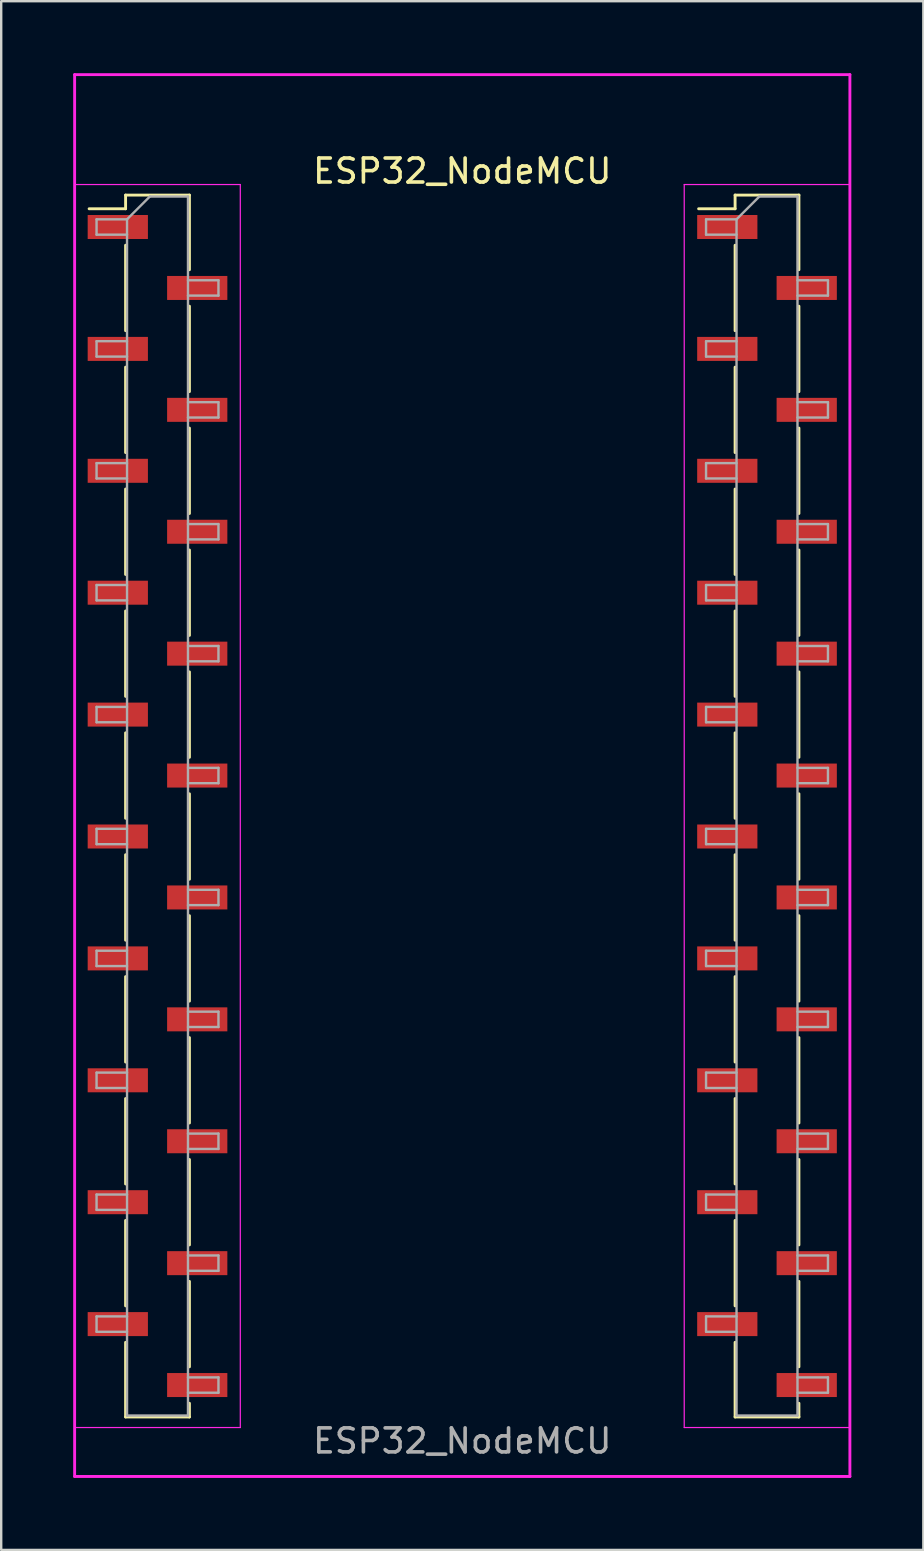
<source format=kicad_pcb>
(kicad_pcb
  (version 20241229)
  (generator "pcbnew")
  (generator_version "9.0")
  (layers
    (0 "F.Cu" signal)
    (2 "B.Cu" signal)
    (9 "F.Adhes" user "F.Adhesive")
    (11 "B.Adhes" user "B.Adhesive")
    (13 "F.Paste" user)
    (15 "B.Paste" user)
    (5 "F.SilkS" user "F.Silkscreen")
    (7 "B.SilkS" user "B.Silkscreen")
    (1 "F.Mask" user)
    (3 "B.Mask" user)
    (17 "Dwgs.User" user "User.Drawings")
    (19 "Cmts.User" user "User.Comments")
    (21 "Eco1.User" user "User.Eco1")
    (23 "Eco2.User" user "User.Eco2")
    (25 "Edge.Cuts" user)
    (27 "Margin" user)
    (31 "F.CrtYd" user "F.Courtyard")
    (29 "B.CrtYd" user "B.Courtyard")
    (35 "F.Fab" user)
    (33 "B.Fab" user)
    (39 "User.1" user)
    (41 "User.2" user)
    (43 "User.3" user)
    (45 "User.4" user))
  (footprint "ESP32_NodeMCU"
    (layer "F.Cu")
    (at 16.214 30.54)
    (property "Reference" "ESP32_NodeMCU" (at 0 -26.46 0) (layer "F.SilkS") (effects (font (size 1 1) (thickness 0.15))))
    (attr smd)
    (fp_line (start -14.03 -25.46) (end -14.03 -24.89) (stroke (width 0.12) (type solid)) (layer "F.SilkS"))
    (fp_line (start -14.03 -25.46) (end -11.37 -25.46) (stroke (width 0.12) (type solid)) (layer "F.SilkS"))
    (fp_line (start -14.03 -24.89) (end -15.55 -24.89) (stroke (width 0.12) (type solid)) (layer "F.SilkS"))
    (fp_line (start -14.03 -23.37) (end -14.03 -19.81) (stroke (width 0.12) (type solid)) (layer "F.SilkS"))
    (fp_line (start -14.03 -18.29) (end -14.03 -14.73) (stroke (width 0.12) (type solid)) (layer "F.SilkS"))
    (fp_line (start -14.03 -13.21) (end -14.03 -9.65) (stroke (width 0.12) (type solid)) (layer "F.SilkS"))
    (fp_line (start -14.03 -8.13) (end -14.03 -4.57) (stroke (width 0.12) (type solid)) (layer "F.SilkS"))
    (fp_line (start -14.03 -3.05) (end -14.03 0.51) (stroke (width 0.12) (type solid)) (layer "F.SilkS"))
    (fp_line (start -14.03 2.03) (end -14.03 5.59) (stroke (width 0.12) (type solid)) (layer "F.SilkS"))
    (fp_line (start -14.03 7.11) (end -14.03 10.67) (stroke (width 0.12) (type solid)) (layer "F.SilkS"))
    (fp_line (start -14.03 12.19) (end -14.03 15.75) (stroke (width 0.12) (type solid)) (layer "F.SilkS"))
    (fp_line (start -14.03 17.27) (end -14.03 20.83) (stroke (width 0.12) (type solid)) (layer "F.SilkS"))
    (fp_line (start -14.03 22.35) (end -14.03 25.46) (stroke (width 0.12) (type solid)) (layer "F.SilkS"))
    (fp_line (start -14.03 25.46) (end -11.37 25.46) (stroke (width 0.12) (type solid)) (layer "F.SilkS"))
    (fp_line (start -11.37 -25.46) (end -11.37 -22.35) (stroke (width 0.12) (type solid)) (layer "F.SilkS"))
    (fp_line (start -11.37 -20.83) (end -11.37 -17.27) (stroke (width 0.12) (type solid)) (layer "F.SilkS"))
    (fp_line (start -11.37 -15.75) (end -11.37 -12.19) (stroke (width 0.12) (type solid)) (layer "F.SilkS"))
    (fp_line (start -11.37 -10.67) (end -11.37 -7.11) (stroke (width 0.12) (type solid)) (layer "F.SilkS"))
    (fp_line (start -11.37 -5.59) (end -11.37 -2.03) (stroke (width 0.12) (type solid)) (layer "F.SilkS"))
    (fp_line (start -11.37 -0.51) (end -11.37 3.05) (stroke (width 0.12) (type solid)) (layer "F.SilkS"))
    (fp_line (start -11.37 4.57) (end -11.37 8.13) (stroke (width 0.12) (type solid)) (layer "F.SilkS"))
    (fp_line (start -11.37 9.65) (end -11.37 13.21) (stroke (width 0.12) (type solid)) (layer "F.SilkS"))
    (fp_line (start -11.37 14.73) (end -11.37 18.29) (stroke (width 0.12) (type solid)) (layer "F.SilkS"))
    (fp_line (start -11.37 19.81) (end -11.37 23.37) (stroke (width 0.12) (type solid)) (layer "F.SilkS"))
    (fp_line (start -11.37 24.89) (end -11.37 25.46) (stroke (width 0.12) (type solid)) (layer "F.SilkS"))
    (fp_line (start 11.37 -25.46) (end 11.37 -24.89) (stroke (width 0.12) (type solid)) (layer "F.SilkS"))
    (fp_line (start 11.37 -25.46) (end 14.03 -25.46) (stroke (width 0.12) (type solid)) (layer "F.SilkS"))
    (fp_line (start 11.37 -24.89) (end 9.85 -24.89) (stroke (width 0.12) (type solid)) (layer "F.SilkS"))
    (fp_line (start 11.37 -23.37) (end 11.37 -19.81) (stroke (width 0.12) (type solid)) (layer "F.SilkS"))
    (fp_line (start 11.37 -18.29) (end 11.37 -14.73) (stroke (width 0.12) (type solid)) (layer "F.SilkS"))
    (fp_line (start 11.37 -13.21) (end 11.37 -9.65) (stroke (width 0.12) (type solid)) (layer "F.SilkS"))
    (fp_line (start 11.37 -8.13) (end 11.37 -4.57) (stroke (width 0.12) (type solid)) (layer "F.SilkS"))
    (fp_line (start 11.37 -3.05) (end 11.37 0.51) (stroke (width 0.12) (type solid)) (layer "F.SilkS"))
    (fp_line (start 11.37 2.03) (end 11.37 5.59) (stroke (width 0.12) (type solid)) (layer "F.SilkS"))
    (fp_line (start 11.37 7.11) (end 11.37 10.67) (stroke (width 0.12) (type solid)) (layer "F.SilkS"))
    (fp_line (start 11.37 12.19) (end 11.37 15.75) (stroke (width 0.12) (type solid)) (layer "F.SilkS"))
    (fp_line (start 11.37 17.27) (end 11.37 20.83) (stroke (width 0.12) (type solid)) (layer "F.SilkS"))
    (fp_line (start 11.37 22.35) (end 11.37 25.46) (stroke (width 0.12) (type solid)) (layer "F.SilkS"))
    (fp_line (start 11.37 25.46) (end 14.03 25.46) (stroke (width 0.12) (type solid)) (layer "F.SilkS"))
    (fp_line (start 14.03 -25.46) (end 14.03 -22.35) (stroke (width 0.12) (type solid)) (layer "F.SilkS"))
    (fp_line (start 14.03 -20.83) (end 14.03 -17.27) (stroke (width 0.12) (type solid)) (layer "F.SilkS"))
    (fp_line (start 14.03 -15.75) (end 14.03 -12.19) (stroke (width 0.12) (type solid)) (layer "F.SilkS"))
    (fp_line (start 14.03 -10.67) (end 14.03 -7.11) (stroke (width 0.12) (type solid)) (layer "F.SilkS"))
    (fp_line (start 14.03 -5.59) (end 14.03 -2.03) (stroke (width 0.12) (type solid)) (layer "F.SilkS"))
    (fp_line (start 14.03 -0.51) (end 14.03 3.05) (stroke (width 0.12) (type solid)) (layer "F.SilkS"))
    (fp_line (start 14.03 4.57) (end 14.03 8.13) (stroke (width 0.12) (type solid)) (layer "F.SilkS"))
    (fp_line (start 14.03 9.65) (end 14.03 13.21) (stroke (width 0.12) (type solid)) (layer "F.SilkS"))
    (fp_line (start 14.03 14.73) (end 14.03 18.29) (stroke (width 0.12) (type solid)) (layer "F.SilkS"))
    (fp_line (start 14.03 19.81) (end 14.03 23.37) (stroke (width 0.12) (type solid)) (layer "F.SilkS"))
    (fp_line (start 14.03 24.89) (end 14.03 25.46) (stroke (width 0.12) (type solid)) (layer "F.SilkS"))
    (fp_line (start -16.154 -30.48) (end 16.154 -30.48) (stroke (width 0.12) (type solid)) (layer "F.CrtYd"))
    (fp_line (start -16.154 27.94) (end -16.154 -30.48) (stroke (width 0.12) (type solid)) (layer "F.CrtYd"))
    (fp_line (start -16.15 -25.9) (end -16.15 25.9) (stroke (width 0.05) (type solid)) (layer "F.CrtYd"))
    (fp_line (start -16.15 25.9) (end -9.25 25.9) (stroke (width 0.05) (type solid)) (layer "F.CrtYd"))
    (fp_line (start -9.25 -25.9) (end -16.15 -25.9) (stroke (width 0.05) (type solid)) (layer "F.CrtYd"))
    (fp_line (start -9.25 25.9) (end -9.25 -25.9) (stroke (width 0.05) (type solid)) (layer "F.CrtYd"))
    (fp_line (start 9.25 -25.9) (end 9.25 25.9) (stroke (width 0.05) (type solid)) (layer "F.CrtYd"))
    (fp_line (start 9.25 25.9) (end 16.15 25.9) (stroke (width 0.05) (type solid)) (layer "F.CrtYd"))
    (fp_line (start 16.15 -25.9) (end 9.25 -25.9) (stroke (width 0.05) (type solid)) (layer "F.CrtYd"))
    (fp_line (start 16.15 25.9) (end 16.15 -25.9) (stroke (width 0.05) (type solid)) (layer "F.CrtYd"))
    (fp_line (start 16.154 -30.48) (end 16.154 27.94) (stroke (width 0.12) (type solid)) (layer "F.CrtYd"))
    (fp_line (start 16.154 27.94) (end -16.154 27.94) (stroke (width 0.12) (type solid)) (layer "F.CrtYd"))
    (fp_line (start -15.24 -24.45) (end -15.24 -23.81) (stroke (width 0.1) (type solid)) (layer "F.Fab"))
    (fp_line (start -15.24 -23.81) (end -13.97 -23.81) (stroke (width 0.1) (type solid)) (layer "F.Fab"))
    (fp_line (start -15.24 -19.37) (end -15.24 -18.73) (stroke (width 0.1) (type solid)) (layer "F.Fab"))
    (fp_line (start -15.24 -18.73) (end -13.97 -18.73) (stroke (width 0.1) (type solid)) (layer "F.Fab"))
    (fp_line (start -15.24 -14.29) (end -15.24 -13.65) (stroke (width 0.1) (type solid)) (layer "F.Fab"))
    (fp_line (start -15.24 -13.65) (end -13.97 -13.65) (stroke (width 0.1) (type solid)) (layer "F.Fab"))
    (fp_line (start -15.24 -9.21) (end -15.24 -8.57) (stroke (width 0.1) (type solid)) (layer "F.Fab"))
    (fp_line (start -15.24 -8.57) (end -13.97 -8.57) (stroke (width 0.1) (type solid)) (layer "F.Fab"))
    (fp_line (start -15.24 -4.13) (end -15.24 -3.49) (stroke (width 0.1) (type solid)) (layer "F.Fab"))
    (fp_line (start -15.24 -3.49) (end -13.97 -3.49) (stroke (width 0.1) (type solid)) (layer "F.Fab"))
    (fp_line (start -15.24 0.95) (end -15.24 1.59) (stroke (width 0.1) (type solid)) (layer "F.Fab"))
    (fp_line (start -15.24 1.59) (end -13.97 1.59) (stroke (width 0.1) (type solid)) (layer "F.Fab"))
    (fp_line (start -15.24 6.03) (end -15.24 6.67) (stroke (width 0.1) (type solid)) (layer "F.Fab"))
    (fp_line (start -15.24 6.67) (end -13.97 6.67) (stroke (width 0.1) (type solid)) (layer "F.Fab"))
    (fp_line (start -15.24 11.11) (end -15.24 11.75) (stroke (width 0.1) (type solid)) (layer "F.Fab"))
    (fp_line (start -15.24 11.75) (end -13.97 11.75) (stroke (width 0.1) (type solid)) (layer "F.Fab"))
    (fp_line (start -15.24 16.19) (end -15.24 16.83) (stroke (width 0.1) (type solid)) (layer "F.Fab"))
    (fp_line (start -15.24 16.83) (end -13.97 16.83) (stroke (width 0.1) (type solid)) (layer "F.Fab"))
    (fp_line (start -15.24 21.27) (end -15.24 21.91) (stroke (width 0.1) (type solid)) (layer "F.Fab"))
    (fp_line (start -15.24 21.91) (end -13.97 21.91) (stroke (width 0.1) (type solid)) (layer "F.Fab"))
    (fp_line (start -13.97 -24.45) (end -15.24 -24.45) (stroke (width 0.1) (type solid)) (layer "F.Fab"))
    (fp_line (start -13.97 -24.45) (end -13.02 -25.4) (stroke (width 0.1) (type solid)) (layer "F.Fab"))
    (fp_line (start -13.97 -19.37) (end -15.24 -19.37) (stroke (width 0.1) (type solid)) (layer "F.Fab"))
    (fp_line (start -13.97 -14.29) (end -15.24 -14.29) (stroke (width 0.1) (type solid)) (layer "F.Fab"))
    (fp_line (start -13.97 -9.21) (end -15.24 -9.21) (stroke (width 0.1) (type solid)) (layer "F.Fab"))
    (fp_line (start -13.97 -4.13) (end -15.24 -4.13) (stroke (width 0.1) (type solid)) (layer "F.Fab"))
    (fp_line (start -13.97 0.95) (end -15.24 0.95) (stroke (width 0.1) (type solid)) (layer "F.Fab"))
    (fp_line (start -13.97 6.03) (end -15.24 6.03) (stroke (width 0.1) (type solid)) (layer "F.Fab"))
    (fp_line (start -13.97 11.11) (end -15.24 11.11) (stroke (width 0.1) (type solid)) (layer "F.Fab"))
    (fp_line (start -13.97 16.19) (end -15.24 16.19) (stroke (width 0.1) (type solid)) (layer "F.Fab"))
    (fp_line (start -13.97 21.27) (end -15.24 21.27) (stroke (width 0.1) (type solid)) (layer "F.Fab"))
    (fp_line (start -13.97 25.4) (end -13.97 -24.45) (stroke (width 0.1) (type solid)) (layer "F.Fab"))
    (fp_line (start -13.02 -25.4) (end -11.43 -25.4) (stroke (width 0.1) (type solid)) (layer "F.Fab"))
    (fp_line (start -11.43 -25.4) (end -11.43 25.4) (stroke (width 0.1) (type solid)) (layer "F.Fab"))
    (fp_line (start -11.43 -21.91) (end -10.16 -21.91) (stroke (width 0.1) (type solid)) (layer "F.Fab"))
    (fp_line (start -11.43 -16.83) (end -10.16 -16.83) (stroke (width 0.1) (type solid)) (layer "F.Fab"))
    (fp_line (start -11.43 -11.75) (end -10.16 -11.75) (stroke (width 0.1) (type solid)) (layer "F.Fab"))
    (fp_line (start -11.43 -6.67) (end -10.16 -6.67) (stroke (width 0.1) (type solid)) (layer "F.Fab"))
    (fp_line (start -11.43 -1.59) (end -10.16 -1.59) (stroke (width 0.1) (type solid)) (layer "F.Fab"))
    (fp_line (start -11.43 3.49) (end -10.16 3.49) (stroke (width 0.1) (type solid)) (layer "F.Fab"))
    (fp_line (start -11.43 8.57) (end -10.16 8.57) (stroke (width 0.1) (type solid)) (layer "F.Fab"))
    (fp_line (start -11.43 13.65) (end -10.16 13.65) (stroke (width 0.1) (type solid)) (layer "F.Fab"))
    (fp_line (start -11.43 18.73) (end -10.16 18.73) (stroke (width 0.1) (type solid)) (layer "F.Fab"))
    (fp_line (start -11.43 23.81) (end -10.16 23.81) (stroke (width 0.1) (type solid)) (layer "F.Fab"))
    (fp_line (start -11.43 25.4) (end -13.97 25.4) (stroke (width 0.1) (type solid)) (layer "F.Fab"))
    (fp_line (start -10.16 -21.91) (end -10.16 -21.27) (stroke (width 0.1) (type solid)) (layer "F.Fab"))
    (fp_line (start -10.16 -21.27) (end -11.43 -21.27) (stroke (width 0.1) (type solid)) (layer "F.Fab"))
    (fp_line (start -10.16 -16.83) (end -10.16 -16.19) (stroke (width 0.1) (type solid)) (layer "F.Fab"))
    (fp_line (start -10.16 -16.19) (end -11.43 -16.19) (stroke (width 0.1) (type solid)) (layer "F.Fab"))
    (fp_line (start -10.16 -11.75) (end -10.16 -11.11) (stroke (width 0.1) (type solid)) (layer "F.Fab"))
    (fp_line (start -10.16 -11.11) (end -11.43 -11.11) (stroke (width 0.1) (type solid)) (layer "F.Fab"))
    (fp_line (start -10.16 -6.67) (end -10.16 -6.03) (stroke (width 0.1) (type solid)) (layer "F.Fab"))
    (fp_line (start -10.16 -6.03) (end -11.43 -6.03) (stroke (width 0.1) (type solid)) (layer "F.Fab"))
    (fp_line (start -10.16 -1.59) (end -10.16 -0.95) (stroke (width 0.1) (type solid)) (layer "F.Fab"))
    (fp_line (start -10.16 -0.95) (end -11.43 -0.95) (stroke (width 0.1) (type solid)) (layer "F.Fab"))
    (fp_line (start -10.16 3.49) (end -10.16 4.13) (stroke (width 0.1) (type solid)) (layer "F.Fab"))
    (fp_line (start -10.16 4.13) (end -11.43 4.13) (stroke (width 0.1) (type solid)) (layer "F.Fab"))
    (fp_line (start -10.16 8.57) (end -10.16 9.21) (stroke (width 0.1) (type solid)) (layer "F.Fab"))
    (fp_line (start -10.16 9.21) (end -11.43 9.21) (stroke (width 0.1) (type solid)) (layer "F.Fab"))
    (fp_line (start -10.16 13.65) (end -10.16 14.29) (stroke (width 0.1) (type solid)) (layer "F.Fab"))
    (fp_line (start -10.16 14.29) (end -11.43 14.29) (stroke (width 0.1) (type solid)) (layer "F.Fab"))
    (fp_line (start -10.16 18.73) (end -10.16 19.37) (stroke (width 0.1) (type solid)) (layer "F.Fab"))
    (fp_line (start -10.16 19.37) (end -11.43 19.37) (stroke (width 0.1) (type solid)) (layer "F.Fab"))
    (fp_line (start -10.16 23.81) (end -10.16 24.45) (stroke (width 0.1) (type solid)) (layer "F.Fab"))
    (fp_line (start -10.16 24.45) (end -11.43 24.45) (stroke (width 0.1) (type solid)) (layer "F.Fab"))
    (fp_line (start 10.16 -24.45) (end 10.16 -23.81) (stroke (width 0.1) (type solid)) (layer "F.Fab"))
    (fp_line (start 10.16 -23.81) (end 11.43 -23.81) (stroke (width 0.1) (type solid)) (layer "F.Fab"))
    (fp_line (start 10.16 -19.37) (end 10.16 -18.73) (stroke (width 0.1) (type solid)) (layer "F.Fab"))
    (fp_line (start 10.16 -18.73) (end 11.43 -18.73) (stroke (width 0.1) (type solid)) (layer "F.Fab"))
    (fp_line (start 10.16 -14.29) (end 10.16 -13.65) (stroke (width 0.1) (type solid)) (layer "F.Fab"))
    (fp_line (start 10.16 -13.65) (end 11.43 -13.65) (stroke (width 0.1) (type solid)) (layer "F.Fab"))
    (fp_line (start 10.16 -9.21) (end 10.16 -8.57) (stroke (width 0.1) (type solid)) (layer "F.Fab"))
    (fp_line (start 10.16 -8.57) (end 11.43 -8.57) (stroke (width 0.1) (type solid)) (layer "F.Fab"))
    (fp_line (start 10.16 -4.13) (end 10.16 -3.49) (stroke (width 0.1) (type solid)) (layer "F.Fab"))
    (fp_line (start 10.16 -3.49) (end 11.43 -3.49) (stroke (width 0.1) (type solid)) (layer "F.Fab"))
    (fp_line (start 10.16 0.95) (end 10.16 1.59) (stroke (width 0.1) (type solid)) (layer "F.Fab"))
    (fp_line (start 10.16 1.59) (end 11.43 1.59) (stroke (width 0.1) (type solid)) (layer "F.Fab"))
    (fp_line (start 10.16 6.03) (end 10.16 6.67) (stroke (width 0.1) (type solid)) (layer "F.Fab"))
    (fp_line (start 10.16 6.67) (end 11.43 6.67) (stroke (width 0.1) (type solid)) (layer "F.Fab"))
    (fp_line (start 10.16 11.11) (end 10.16 11.75) (stroke (width 0.1) (type solid)) (layer "F.Fab"))
    (fp_line (start 10.16 11.75) (end 11.43 11.75) (stroke (width 0.1) (type solid)) (layer "F.Fab"))
    (fp_line (start 10.16 16.19) (end 10.16 16.83) (stroke (width 0.1) (type solid)) (layer "F.Fab"))
    (fp_line (start 10.16 16.83) (end 11.43 16.83) (stroke (width 0.1) (type solid)) (layer "F.Fab"))
    (fp_line (start 10.16 21.27) (end 10.16 21.91) (stroke (width 0.1) (type solid)) (layer "F.Fab"))
    (fp_line (start 10.16 21.91) (end 11.43 21.91) (stroke (width 0.1) (type solid)) (layer "F.Fab"))
    (fp_line (start 11.43 -24.45) (end 10.16 -24.45) (stroke (width 0.1) (type solid)) (layer "F.Fab"))
    (fp_line (start 11.43 -24.45) (end 12.38 -25.4) (stroke (width 0.1) (type solid)) (layer "F.Fab"))
    (fp_line (start 11.43 -19.37) (end 10.16 -19.37) (stroke (width 0.1) (type solid)) (layer "F.Fab"))
    (fp_line (start 11.43 -14.29) (end 10.16 -14.29) (stroke (width 0.1) (type solid)) (layer "F.Fab"))
    (fp_line (start 11.43 -9.21) (end 10.16 -9.21) (stroke (width 0.1) (type solid)) (layer "F.Fab"))
    (fp_line (start 11.43 -4.13) (end 10.16 -4.13) (stroke (width 0.1) (type solid)) (layer "F.Fab"))
    (fp_line (start 11.43 0.95) (end 10.16 0.95) (stroke (width 0.1) (type solid)) (layer "F.Fab"))
    (fp_line (start 11.43 6.03) (end 10.16 6.03) (stroke (width 0.1) (type solid)) (layer "F.Fab"))
    (fp_line (start 11.43 11.11) (end 10.16 11.11) (stroke (width 0.1) (type solid)) (layer "F.Fab"))
    (fp_line (start 11.43 16.19) (end 10.16 16.19) (stroke (width 0.1) (type solid)) (layer "F.Fab"))
    (fp_line (start 11.43 21.27) (end 10.16 21.27) (stroke (width 0.1) (type solid)) (layer "F.Fab"))
    (fp_line (start 11.43 25.4) (end 11.43 -24.45) (stroke (width 0.1) (type solid)) (layer "F.Fab"))
    (fp_line (start 12.38 -25.4) (end 13.97 -25.4) (stroke (width 0.1) (type solid)) (layer "F.Fab"))
    (fp_line (start 13.97 -25.4) (end 13.97 25.4) (stroke (width 0.1) (type solid)) (layer "F.Fab"))
    (fp_line (start 13.97 -21.91) (end 15.24 -21.91) (stroke (width 0.1) (type solid)) (layer "F.Fab"))
    (fp_line (start 13.97 -16.83) (end 15.24 -16.83) (stroke (width 0.1) (type solid)) (layer "F.Fab"))
    (fp_line (start 13.97 -11.75) (end 15.24 -11.75) (stroke (width 0.1) (type solid)) (layer "F.Fab"))
    (fp_line (start 13.97 -6.67) (end 15.24 -6.67) (stroke (width 0.1) (type solid)) (layer "F.Fab"))
    (fp_line (start 13.97 -1.59) (end 15.24 -1.59) (stroke (width 0.1) (type solid)) (layer "F.Fab"))
    (fp_line (start 13.97 3.49) (end 15.24 3.49) (stroke (width 0.1) (type solid)) (layer "F.Fab"))
    (fp_line (start 13.97 8.57) (end 15.24 8.57) (stroke (width 0.1) (type solid)) (layer "F.Fab"))
    (fp_line (start 13.97 13.65) (end 15.24 13.65) (stroke (width 0.1) (type solid)) (layer "F.Fab"))
    (fp_line (start 13.97 18.73) (end 15.24 18.73) (stroke (width 0.1) (type solid)) (layer "F.Fab"))
    (fp_line (start 13.97 23.81) (end 15.24 23.81) (stroke (width 0.1) (type solid)) (layer "F.Fab"))
    (fp_line (start 13.97 25.4) (end 11.43 25.4) (stroke (width 0.1) (type solid)) (layer "F.Fab"))
    (fp_line (start 15.24 -21.91) (end 15.24 -21.27) (stroke (width 0.1) (type solid)) (layer "F.Fab"))
    (fp_line (start 15.24 -21.27) (end 13.97 -21.27) (stroke (width 0.1) (type solid)) (layer "F.Fab"))
    (fp_line (start 15.24 -16.83) (end 15.24 -16.19) (stroke (width 0.1) (type solid)) (layer "F.Fab"))
    (fp_line (start 15.24 -16.19) (end 13.97 -16.19) (stroke (width 0.1) (type solid)) (layer "F.Fab"))
    (fp_line (start 15.24 -11.75) (end 15.24 -11.11) (stroke (width 0.1) (type solid)) (layer "F.Fab"))
    (fp_line (start 15.24 -11.11) (end 13.97 -11.11) (stroke (width 0.1) (type solid)) (layer "F.Fab"))
    (fp_line (start 15.24 -6.67) (end 15.24 -6.03) (stroke (width 0.1) (type solid)) (layer "F.Fab"))
    (fp_line (start 15.24 -6.03) (end 13.97 -6.03) (stroke (width 0.1) (type solid)) (layer "F.Fab"))
    (fp_line (start 15.24 -1.59) (end 15.24 -0.95) (stroke (width 0.1) (type solid)) (layer "F.Fab"))
    (fp_line (start 15.24 -0.95) (end 13.97 -0.95) (stroke (width 0.1) (type solid)) (layer "F.Fab"))
    (fp_line (start 15.24 3.49) (end 15.24 4.13) (stroke (width 0.1) (type solid)) (layer "F.Fab"))
    (fp_line (start 15.24 4.13) (end 13.97 4.13) (stroke (width 0.1) (type solid)) (layer "F.Fab"))
    (fp_line (start 15.24 8.57) (end 15.24 9.21) (stroke (width 0.1) (type solid)) (layer "F.Fab"))
    (fp_line (start 15.24 9.21) (end 13.97 9.21) (stroke (width 0.1) (type solid)) (layer "F.Fab"))
    (fp_line (start 15.24 13.65) (end 15.24 14.29) (stroke (width 0.1) (type solid)) (layer "F.Fab"))
    (fp_line (start 15.24 14.29) (end 13.97 14.29) (stroke (width 0.1) (type solid)) (layer "F.Fab"))
    (fp_line (start 15.24 18.73) (end 15.24 19.37) (stroke (width 0.1) (type solid)) (layer "F.Fab"))
    (fp_line (start 15.24 19.37) (end 13.97 19.37) (stroke (width 0.1) (type solid)) (layer "F.Fab"))
    (fp_line (start 15.24 23.81) (end 15.24 24.45) (stroke (width 0.1) (type solid)) (layer "F.Fab"))
    (fp_line (start 15.24 24.45) (end 13.97 24.45) (stroke (width 0.1) (type solid)) (layer "F.Fab"))
    (fp_text user "ESP32_NodeMCU" (at 0 26.46 0) (layer "F.Fab") (effects (font (size 1 1) (thickness 0.15))))
    (pad "1" smd rect (at -14.355 -24.13) (size 2.51 1) (layers "F.Cu" "F.Mask" "F.Paste"))
    (pad "2" smd rect (at -11.045 -21.59) (size 2.51 1) (layers "F.Cu" "F.Mask" "F.Paste"))
    (pad "3" smd rect (at -14.355 -19.05) (size 2.51 1) (layers "F.Cu" "F.Mask" "F.Paste"))
    (pad "4" smd rect (at -11.045 -16.51) (size 2.51 1) (layers "F.Cu" "F.Mask" "F.Paste"))
    (pad "5" smd rect (at -14.355 -13.97) (size 2.51 1) (layers "F.Cu" "F.Mask" "F.Paste"))
    (pad "6" smd rect (at -11.045 -11.43) (size 2.51 1) (layers "F.Cu" "F.Mask" "F.Paste"))
    (pad "7" smd rect (at -14.355 -8.89) (size 2.51 1) (layers "F.Cu" "F.Mask" "F.Paste"))
    (pad "8" smd rect (at -11.045 -6.35) (size 2.51 1) (layers "F.Cu" "F.Mask" "F.Paste"))
    (pad "9" smd rect (at -14.355 -3.81) (size 2.51 1) (layers "F.Cu" "F.Mask" "F.Paste"))
    (pad "10" smd rect (at -11.045 -1.27) (size 2.51 1) (layers "F.Cu" "F.Mask" "F.Paste"))
    (pad "11" smd rect (at -14.355 1.27) (size 2.51 1) (layers "F.Cu" "F.Mask" "F.Paste"))
    (pad "12" smd rect (at -11.045 3.81) (size 2.51 1) (layers "F.Cu" "F.Mask" "F.Paste"))
    (pad "13" smd rect (at -14.355 6.35) (size 2.51 1) (layers "F.Cu" "F.Mask" "F.Paste"))
    (pad "14" smd rect (at -11.045 8.89) (size 2.51 1) (layers "F.Cu" "F.Mask" "F.Paste"))
    (pad "15" smd rect (at -14.355 11.43) (size 2.51 1) (layers "F.Cu" "F.Mask" "F.Paste"))
    (pad "16" smd rect (at -11.045 13.97) (size 2.51 1) (layers "F.Cu" "F.Mask" "F.Paste"))
    (pad "17" smd rect (at -14.355 16.51) (size 2.51 1) (layers "F.Cu" "F.Mask" "F.Paste"))
    (pad "18" smd rect (at -11.045 19.05) (size 2.51 1) (layers "F.Cu" "F.Mask" "F.Paste"))
    (pad "19" smd rect (at -14.355 21.59) (size 2.51 1) (layers "F.Cu" "F.Mask" "F.Paste"))
    (pad "20" smd rect (at 11.045 21.59) (size 2.51 1) (layers "F.Cu" "F.Mask" "F.Paste"))
    (pad "21" smd rect (at 14.355 19.05) (size 2.51 1) (layers "F.Cu" "F.Mask" "F.Paste"))
    (pad "22" smd rect (at 11.045 16.51) (size 2.51 1) (layers "F.Cu" "F.Mask" "F.Paste"))
    (pad "23" smd rect (at 14.355 13.97) (size 2.51 1) (layers "F.Cu" "F.Mask" "F.Paste"))
    (pad "24" smd rect (at 11.045 11.43) (size 2.51 1) (layers "F.Cu" "F.Mask" "F.Paste"))
    (pad "25" smd rect (at 14.355 8.89) (size 2.51 1) (layers "F.Cu" "F.Mask" "F.Paste"))
    (pad "26" smd rect (at 11.045 6.35) (size 2.51 1) (layers "F.Cu" "F.Mask" "F.Paste"))
    (pad "27" smd rect (at 14.355 3.81) (size 2.51 1) (layers "F.Cu" "F.Mask" "F.Paste"))
    (pad "28" smd rect (at 11.045 1.27) (size 2.51 1) (layers "F.Cu" "F.Mask" "F.Paste"))
    (pad "29" smd rect (at 14.355 -1.27) (size 2.51 1) (layers "F.Cu" "F.Mask" "F.Paste"))
    (pad "30" smd rect (at 11.045 -3.81) (size 2.51 1) (layers "F.Cu" "F.Mask" "F.Paste"))
    (pad "31" smd rect (at 14.355 -6.35) (size 2.51 1) (layers "F.Cu" "F.Mask" "F.Paste"))
    (pad "32" smd rect (at 11.045 -8.89) (size 2.51 1) (layers "F.Cu" "F.Mask" "F.Paste"))
    (pad "33" smd rect (at 14.355 -11.43) (size 2.51 1) (layers "F.Cu" "F.Mask" "F.Paste"))
    (pad "34" smd rect (at 11.045 -13.97) (size 2.51 1) (layers "F.Cu" "F.Mask" "F.Paste"))
    (pad "35" smd rect (at 14.355 -16.51) (size 2.51 1) (layers "F.Cu" "F.Mask" "F.Paste"))
    (pad "36" smd rect (at 11.045 -19.05) (size 2.51 1) (layers "F.Cu" "F.Mask" "F.Paste"))
    (pad "37" smd rect (at 14.355 -21.59) (size 2.51 1) (layers "F.Cu" "F.Mask" "F.Paste"))
    (pad "38" smd rect (at 11.045 -24.13) (size 2.51 1) (layers "F.Cu" "F.Mask" "F.Paste"))
    (pad "39" smd rect (at -11.045 24.13) (size 2.51 1) (layers "F.Cu" "F.Mask" "F.Paste"))
    (pad "40" smd rect (at 14.355 24.13) (size 2.51 1) (layers "F.Cu" "F.Mask" "F.Paste")))
  (gr_rect
    (start -3 -3)
    (end 35.429 61.54)
    (stroke (width 0.1) (type default))
    (fill no)
    (layer "Edge.Cuts")))
</source>
